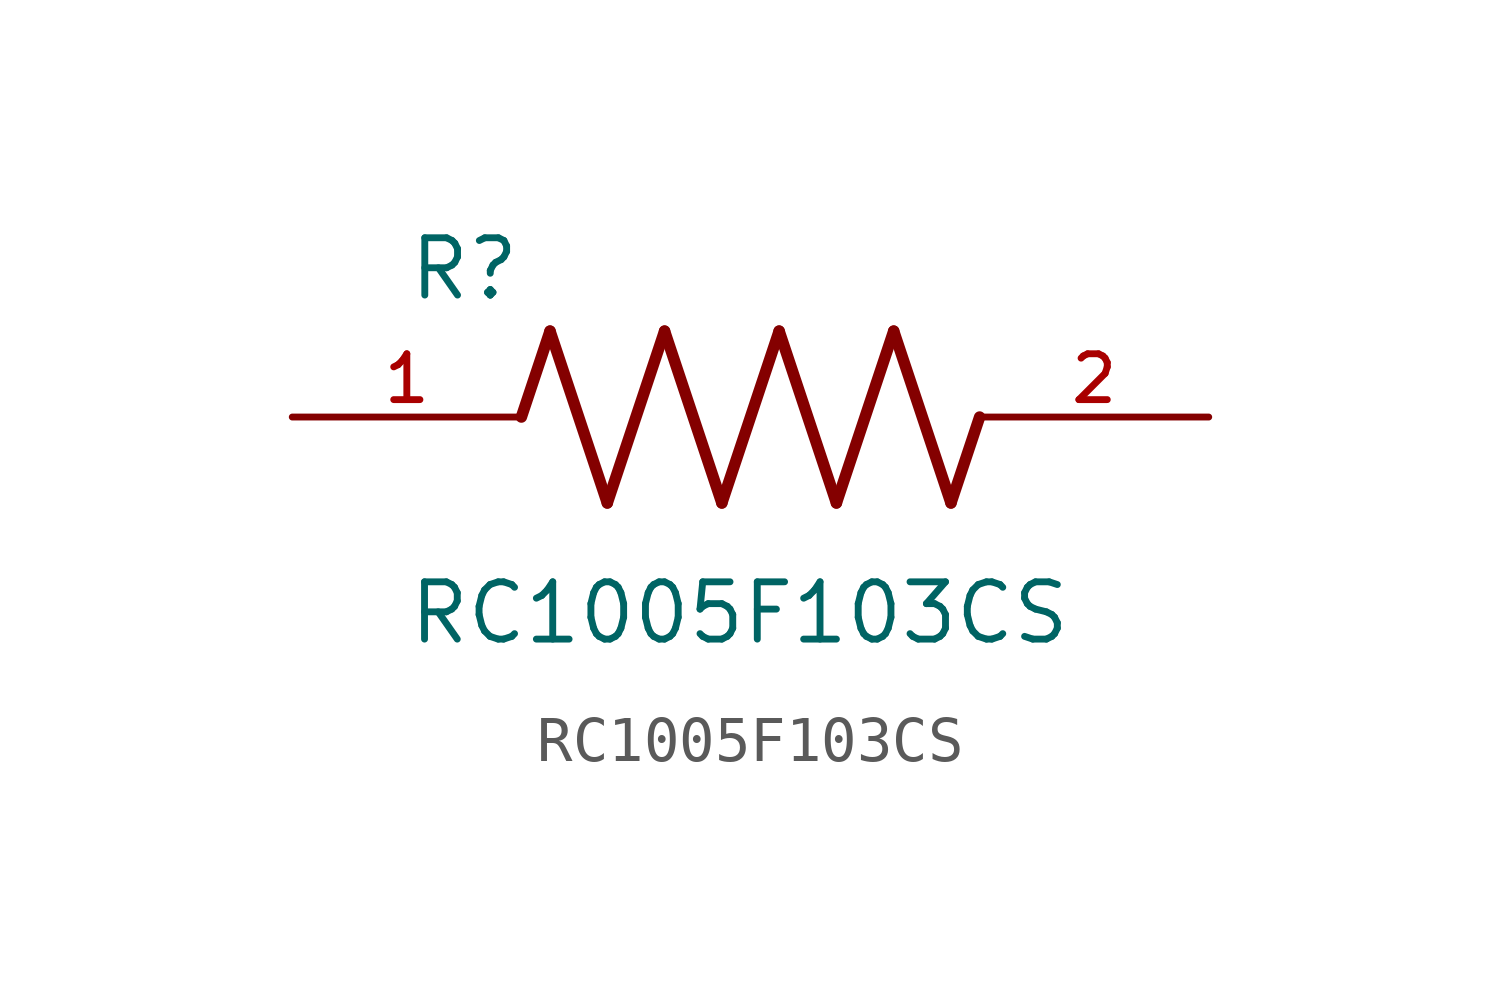
<source format=kicad_sym>
(kicad_symbol_lib
  (version 20211014)
  (generator kicad_symbol_editor)
  (symbol "RC1005F103CS"
    (pin_names
      (offset 1.016))
    (property "Reference" "R"
      (at -7.624 2.541 0)
      (effects (font (size 1.27 1.27)) (justify bottom left)))
    (property "Value" "RC1005F103CS"
      (at -7.63 -5.087 0)
      (effects (font (size 1.27 1.27)) (justify bottom left)))
    (symbol "RC1005F103CS_0_0"
      (polyline (pts (xy -5.08 0.0) (xy -4.445 1.905)) (stroke (width 0.254)))
      (polyline (pts (xy -4.445 1.905) (xy -3.175 -1.905)) (stroke (width 0.254)))
      (polyline (pts (xy -3.175 -1.905) (xy -1.905 1.905)) (stroke (width 0.254)))
      (polyline (pts (xy -1.905 1.905) (xy -0.635 -1.905)) (stroke (width 0.254)))
      (polyline (pts (xy -0.635 -1.905) (xy 0.635 1.905)) (stroke (width 0.254)))
      (polyline (pts (xy 0.635 1.905) (xy 1.905 -1.905)) (stroke (width 0.254)))
      (polyline (pts (xy 1.905 -1.905) (xy 3.175 1.905)) (stroke (width 0.254)))
      (polyline (pts (xy 3.175 1.905) (xy 4.445 -1.905)) (stroke (width 0.254)))
      (polyline (pts (xy 4.445 -1.905) (xy 5.08 0.0)) (stroke (width 0.254)))
      (pin passive line (at -10.16 0.0 0) (length 5.08) (name "~" (effects (font (size 1.016 1.016)))) (number "1" (effects (font (size 1.016 1.016)))))
      (pin passive line (at 10.16 0.0 180.0) (length 5.08) (name "~" (effects (font (size 1.016 1.016)))) (number "2" (effects (font (size 1.016 1.016))))))))
</source>
